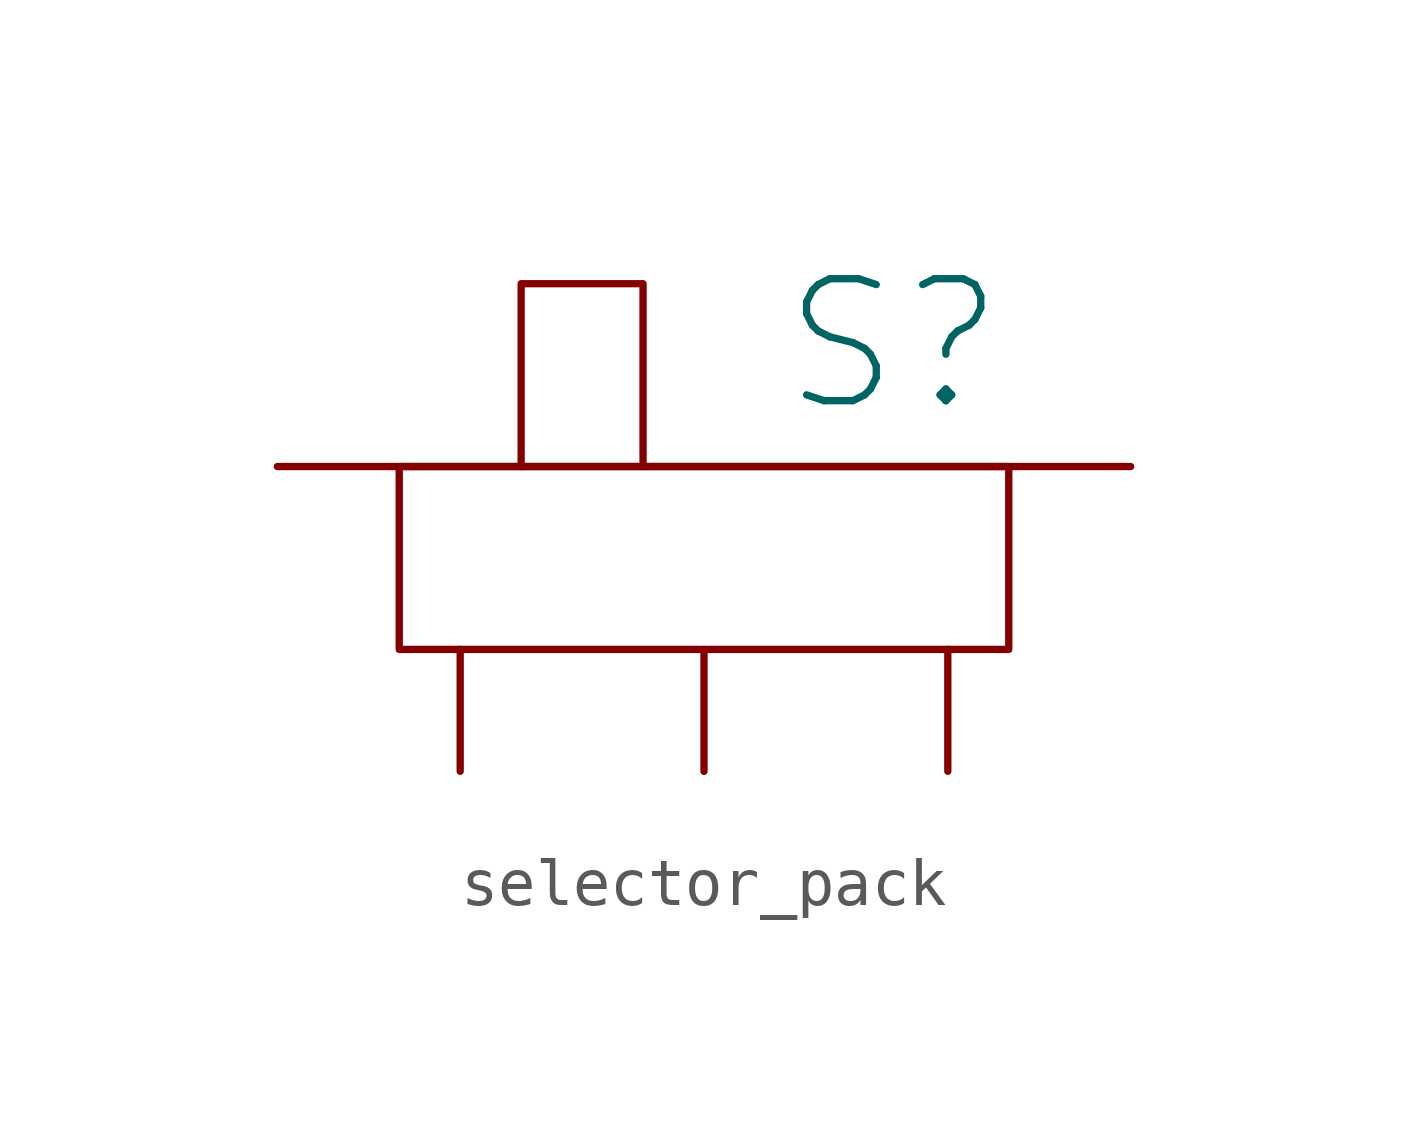
<source format=kicad_sym>
(kicad_symbol_lib
  (version 20211014)
  (generator kicad_symbol_editor)
  (symbol "selector_pack"
    (pin_names
      (offset 1.016))
    (property "Reference" "S"
      (at 11.43 8.89 0)
      (effects (font (size 2.54 2.54)) (justify right)))
    (symbol "selector_pack_0_1"
      (rectangle (start -1.27 6.35) (end 11.43 2.54) (stroke (width 0) (type default) (color 0 0 0 0)) (fill (type none)))
      (polyline (pts (xy 13.97 6.35) (xy -3.81 6.35)) (stroke (width 0) (type default) (color 0 0 0 0)) (fill (type none)))
      (polyline (pts (xy 1.27 6.35) (xy 1.27 10.16) (xy 3.81 10.16) (xy 3.81 6.35)) (stroke (width 0) (type default) (color 0 0 0 0)) (fill (type none))))
    (symbol "selector_pack_1_1"
      (pin input line (at 0 0 90) (length 2.54) (name "~" (effects (font (size 1.27 1.27)))) (number "~" (effects (font (size 1.143 1.143)))))
      (pin input line (at 5.08 0 90) (length 2.54) (name "~" (effects (font (size 1.27 1.27)))) (number "~" (effects (font (size 1.143 1.143)))))
      (pin input line (at 10.16 0 90) (length 2.54) (name "~" (effects (font (size 1.27 1.27)))) (number "~" (effects (font (size 1.143 1.143))))))))
</source>
